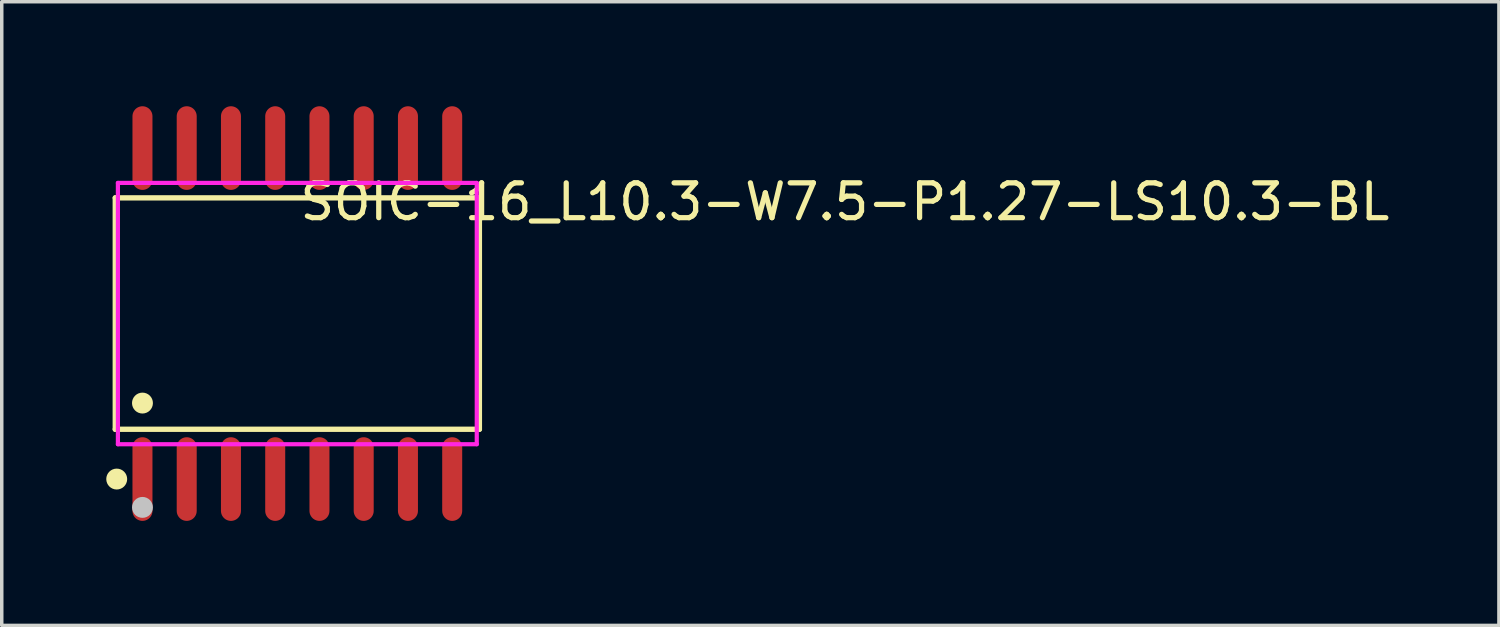
<source format=kicad_pcb>
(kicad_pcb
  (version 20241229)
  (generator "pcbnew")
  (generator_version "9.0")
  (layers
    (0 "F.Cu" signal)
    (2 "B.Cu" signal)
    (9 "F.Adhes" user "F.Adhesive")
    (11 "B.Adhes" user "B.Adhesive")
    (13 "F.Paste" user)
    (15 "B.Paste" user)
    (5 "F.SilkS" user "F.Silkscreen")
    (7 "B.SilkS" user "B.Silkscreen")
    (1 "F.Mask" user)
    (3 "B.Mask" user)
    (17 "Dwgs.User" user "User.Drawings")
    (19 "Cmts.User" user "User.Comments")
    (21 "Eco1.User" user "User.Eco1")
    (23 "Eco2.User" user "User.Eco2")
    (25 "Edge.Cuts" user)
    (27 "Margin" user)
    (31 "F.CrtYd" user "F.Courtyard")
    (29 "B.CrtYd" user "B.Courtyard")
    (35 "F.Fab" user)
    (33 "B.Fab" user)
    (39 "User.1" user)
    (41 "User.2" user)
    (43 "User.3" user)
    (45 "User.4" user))
  (footprint "SOIC-16_L10.3-W7.5-P1.27-LS10.3-BL"
    (layer "F.Cu")
    (at 5.484 5.95)
    (property "Reference" "SOIC-16_L10.3-W7.5-P1.27-LS10.3-BL" (at 0 -3.207 0) (layer "F.SilkS") (effects (font (size 1 1) (thickness 0.15)) (justify left)))
    (attr through_hole)
    (fp_line (start -5.226 -3.321) (end 5.226 -3.321) (stroke (width 0.152) (type solid)) (layer "F.SilkS"))
    (fp_line (start -5.226 3.321) (end -5.226 -3.321) (stroke (width 0.152) (type solid)) (layer "F.SilkS"))
    (fp_line (start 5.226 -3.321) (end 5.226 3.321) (stroke (width 0.152) (type solid)) (layer "F.SilkS"))
    (fp_line (start 5.226 3.321) (end -5.226 3.321) (stroke (width 0.152) (type solid)) (layer "F.SilkS"))
    (fp_circle (center -5.184 4.75) (end -5.034 4.75) (stroke (width 0.3) (type solid)) (fill no) (layer "F.SilkS"))
    (fp_circle (center -4.445 2.569) (end -4.295 2.569) (stroke (width 0.3) (type solid)) (fill no) (layer "F.SilkS"))
    (fp_circle (center -4.445 5.563) (end -4.295 5.563) (stroke (width 0.3) (type solid)) (fill no) (layer "Dwgs.User"))
    (fp_line (start -4.65 -4.338) (end -4.65 -3.74) (stroke (width 0.12) (type solid)) (layer "Eco2.User"))
    (fp_line (start -4.65 -3.74) (end -4.24 -3.74) (stroke (width 0.12) (type solid)) (layer "Eco2.User"))
    (fp_line (start -4.65 3.74) (end -4.24 3.74) (stroke (width 0.12) (type solid)) (layer "Eco2.User"))
    (fp_line (start -4.65 4.338) (end -4.65 3.74) (stroke (width 0.12) (type solid)) (layer "Eco2.User"))
    (fp_line (start -4.24 -4.338) (end -4.65 -4.338) (stroke (width 0.12) (type solid)) (layer "Eco2.User"))
    (fp_line (start -4.24 -3.74) (end -4.24 -4.338) (stroke (width 0.12) (type solid)) (layer "Eco2.User"))
    (fp_line (start -4.24 3.74) (end -4.24 4.338) (stroke (width 0.12) (type solid)) (layer "Eco2.User"))
    (fp_line (start -4.24 4.338) (end -4.65 4.338) (stroke (width 0.12) (type solid)) (layer "Eco2.User"))
    (fp_line (start -3.38 -4.338) (end -3.38 -3.74) (stroke (width 0.12) (type solid)) (layer "Eco2.User"))
    (fp_line (start -3.38 -3.74) (end -2.97 -3.74) (stroke (width 0.12) (type solid)) (layer "Eco2.User"))
    (fp_line (start -3.38 3.74) (end -2.97 3.74) (stroke (width 0.12) (type solid)) (layer "Eco2.User"))
    (fp_line (start -3.38 4.338) (end -3.38 3.74) (stroke (width 0.12) (type solid)) (layer "Eco2.User"))
    (fp_line (start -2.97 -4.338) (end -3.38 -4.338) (stroke (width 0.12) (type solid)) (layer "Eco2.User"))
    (fp_line (start -2.97 -3.74) (end -2.97 -4.338) (stroke (width 0.12) (type solid)) (layer "Eco2.User"))
    (fp_line (start -2.97 3.74) (end -2.97 4.338) (stroke (width 0.12) (type solid)) (layer "Eco2.User"))
    (fp_line (start -2.97 4.338) (end -3.38 4.338) (stroke (width 0.12) (type solid)) (layer "Eco2.User"))
    (fp_line (start -2.11 -4.338) (end -2.11 -3.74) (stroke (width 0.12) (type solid)) (layer "Eco2.User"))
    (fp_line (start -2.11 -3.74) (end -1.7 -3.74) (stroke (width 0.12) (type solid)) (layer "Eco2.User"))
    (fp_line (start -2.11 3.74) (end -1.7 3.74) (stroke (width 0.12) (type solid)) (layer "Eco2.User"))
    (fp_line (start -2.11 4.338) (end -2.11 3.74) (stroke (width 0.12) (type solid)) (layer "Eco2.User"))
    (fp_line (start -1.7 -4.338) (end -2.11 -4.338) (stroke (width 0.12) (type solid)) (layer "Eco2.User"))
    (fp_line (start -1.7 -3.74) (end -1.7 -4.338) (stroke (width 0.12) (type solid)) (layer "Eco2.User"))
    (fp_line (start -1.7 3.74) (end -1.7 4.338) (stroke (width 0.12) (type solid)) (layer "Eco2.User"))
    (fp_line (start -1.7 4.338) (end -2.11 4.338) (stroke (width 0.12) (type solid)) (layer "Eco2.User"))
    (fp_line (start -0.84 -4.338) (end -0.84 -3.74) (stroke (width 0.12) (type solid)) (layer "Eco2.User"))
    (fp_line (start -0.84 -3.74) (end -0.43 -3.74) (stroke (width 0.12) (type solid)) (layer "Eco2.User"))
    (fp_line (start -0.84 3.74) (end -0.43 3.74) (stroke (width 0.12) (type solid)) (layer "Eco2.User"))
    (fp_line (start -0.84 4.338) (end -0.84 3.74) (stroke (width 0.12) (type solid)) (layer "Eco2.User"))
    (fp_line (start -0.43 -4.338) (end -0.84 -4.338) (stroke (width 0.12) (type solid)) (layer "Eco2.User"))
    (fp_line (start -0.43 -3.74) (end -0.43 -4.338) (stroke (width 0.12) (type solid)) (layer "Eco2.User"))
    (fp_line (start -0.43 3.74) (end -0.43 4.338) (stroke (width 0.12) (type solid)) (layer "Eco2.User"))
    (fp_line (start -0.43 4.338) (end -0.84 4.338) (stroke (width 0.12) (type solid)) (layer "Eco2.User"))
    (fp_line (start 0.43 -4.338) (end 0.43 -3.74) (stroke (width 0.12) (type solid)) (layer "Eco2.User"))
    (fp_line (start 0.43 -3.74) (end 0.84 -3.74) (stroke (width 0.12) (type solid)) (layer "Eco2.User"))
    (fp_line (start 0.43 3.74) (end 0.84 3.74) (stroke (width 0.12) (type solid)) (layer "Eco2.User"))
    (fp_line (start 0.43 4.338) (end 0.43 3.74) (stroke (width 0.12) (type solid)) (layer "Eco2.User"))
    (fp_line (start 0.84 -4.338) (end 0.43 -4.338) (stroke (width 0.12) (type solid)) (layer "Eco2.User"))
    (fp_line (start 0.84 -3.74) (end 0.84 -4.338) (stroke (width 0.12) (type solid)) (layer "Eco2.User"))
    (fp_line (start 0.84 3.74) (end 0.84 4.338) (stroke (width 0.12) (type solid)) (layer "Eco2.User"))
    (fp_line (start 0.84 4.338) (end 0.43 4.338) (stroke (width 0.12) (type solid)) (layer "Eco2.User"))
    (fp_line (start 1.7 -4.338) (end 1.7 -3.74) (stroke (width 0.12) (type solid)) (layer "Eco2.User"))
    (fp_line (start 1.7 -3.74) (end 2.11 -3.74) (stroke (width 0.12) (type solid)) (layer "Eco2.User"))
    (fp_line (start 1.7 3.74) (end 2.11 3.74) (stroke (width 0.12) (type solid)) (layer "Eco2.User"))
    (fp_line (start 1.7 4.338) (end 1.7 3.74) (stroke (width 0.12) (type solid)) (layer "Eco2.User"))
    (fp_line (start 2.11 -4.338) (end 1.7 -4.338) (stroke (width 0.12) (type solid)) (layer "Eco2.User"))
    (fp_line (start 2.11 -3.74) (end 2.11 -4.338) (stroke (width 0.12) (type solid)) (layer "Eco2.User"))
    (fp_line (start 2.11 3.74) (end 2.11 4.338) (stroke (width 0.12) (type solid)) (layer "Eco2.User"))
    (fp_line (start 2.11 4.338) (end 1.7 4.338) (stroke (width 0.12) (type solid)) (layer "Eco2.User"))
    (fp_line (start 2.97 -4.338) (end 2.97 -3.74) (stroke (width 0.12) (type solid)) (layer "Eco2.User"))
    (fp_line (start 2.97 -3.74) (end 3.38 -3.74) (stroke (width 0.12) (type solid)) (layer "Eco2.User"))
    (fp_line (start 2.97 3.74) (end 3.38 3.74) (stroke (width 0.12) (type solid)) (layer "Eco2.User"))
    (fp_line (start 2.97 4.338) (end 2.97 3.74) (stroke (width 0.12) (type solid)) (layer "Eco2.User"))
    (fp_line (start 3.38 -4.338) (end 2.97 -4.338) (stroke (width 0.12) (type solid)) (layer "Eco2.User"))
    (fp_line (start 3.38 -3.74) (end 3.38 -4.338) (stroke (width 0.12) (type solid)) (layer "Eco2.User"))
    (fp_line (start 3.38 3.74) (end 3.38 4.338) (stroke (width 0.12) (type solid)) (layer "Eco2.User"))
    (fp_line (start 3.38 4.338) (end 2.97 4.338) (stroke (width 0.12) (type solid)) (layer "Eco2.User"))
    (fp_line (start 4.24 -4.338) (end 4.24 -3.74) (stroke (width 0.12) (type solid)) (layer "Eco2.User"))
    (fp_line (start 4.24 -3.74) (end 4.65 -3.74) (stroke (width 0.12) (type solid)) (layer "Eco2.User"))
    (fp_line (start 4.24 3.74) (end 4.65 3.74) (stroke (width 0.12) (type solid)) (layer "Eco2.User"))
    (fp_line (start 4.24 4.338) (end 4.24 3.74) (stroke (width 0.12) (type solid)) (layer "Eco2.User"))
    (fp_line (start 4.65 -4.338) (end 4.24 -4.338) (stroke (width 0.12) (type solid)) (layer "Eco2.User"))
    (fp_line (start 4.65 -3.74) (end 4.65 -4.338) (stroke (width 0.12) (type solid)) (layer "Eco2.User"))
    (fp_line (start 4.65 3.74) (end 4.65 4.338) (stroke (width 0.12) (type solid)) (layer "Eco2.User"))
    (fp_line (start 4.65 4.338) (end 4.24 4.338) (stroke (width 0.12) (type solid)) (layer "Eco2.User"))
    (fp_circle (center -5.15 5.163) (end -5.12 5.163) (stroke (width 0.06) (type solid)) (fill no) (layer "Eco2.User"))
    (fp_poly (pts (xy -4.65 -5.162) (xy -4.65 -4.327) (xy -4.24 -4.327) (xy -4.24 -5.162)) (stroke (width 0.12) (type solid)) (fill no) (layer "Eco2.User"))
    (fp_poly (pts (xy -4.65 5.162) (xy -4.65 4.327) (xy -4.24 4.327) (xy -4.24 5.162)) (stroke (width 0.12) (type solid)) (fill no) (layer "Eco2.User"))
    (fp_poly (pts (xy -3.38 -5.162) (xy -3.38 -4.327) (xy -2.97 -4.327) (xy -2.97 -5.162)) (stroke (width 0.12) (type solid)) (fill no) (layer "Eco2.User"))
    (fp_poly (pts (xy -3.38 5.162) (xy -3.38 4.327) (xy -2.97 4.327) (xy -2.97 5.162)) (stroke (width 0.12) (type solid)) (fill no) (layer "Eco2.User"))
    (fp_poly (pts (xy -2.11 -5.162) (xy -2.11 -4.327) (xy -1.7 -4.327) (xy -1.7 -5.162)) (stroke (width 0.12) (type solid)) (fill no) (layer "Eco2.User"))
    (fp_poly (pts (xy -2.11 5.162) (xy -2.11 4.327) (xy -1.7 4.327) (xy -1.7 5.162)) (stroke (width 0.12) (type solid)) (fill no) (layer "Eco2.User"))
    (fp_poly (pts (xy -0.84 -5.162) (xy -0.84 -4.327) (xy -0.43 -4.327) (xy -0.43 -5.162)) (stroke (width 0.12) (type solid)) (fill no) (layer "Eco2.User"))
    (fp_poly (pts (xy -0.84 5.162) (xy -0.84 4.327) (xy -0.43 4.327) (xy -0.43 5.162)) (stroke (width 0.12) (type solid)) (fill no) (layer "Eco2.User"))
    (fp_poly (pts (xy 0.43 -5.162) (xy 0.43 -4.327) (xy 0.84 -4.327) (xy 0.84 -5.162)) (stroke (width 0.12) (type solid)) (fill no) (layer "Eco2.User"))
    (fp_poly (pts (xy 0.43 5.162) (xy 0.43 4.327) (xy 0.84 4.327) (xy 0.84 5.162)) (stroke (width 0.12) (type solid)) (fill no) (layer "Eco2.User"))
    (fp_poly (pts (xy 1.7 -5.162) (xy 1.7 -4.327) (xy 2.11 -4.327) (xy 2.11 -5.162)) (stroke (width 0.12) (type solid)) (fill no) (layer "Eco2.User"))
    (fp_poly (pts (xy 1.7 5.162) (xy 1.7 4.327) (xy 2.11 4.327) (xy 2.11 5.162)) (stroke (width 0.12) (type solid)) (fill no) (layer "Eco2.User"))
    (fp_poly (pts (xy 2.97 -5.162) (xy 2.97 -4.327) (xy 3.38 -4.327) (xy 3.38 -5.162)) (stroke (width 0.12) (type solid)) (fill no) (layer "Eco2.User"))
    (fp_poly (pts (xy 2.97 5.162) (xy 2.97 4.327) (xy 3.38 4.327) (xy 3.38 5.162)) (stroke (width 0.12) (type solid)) (fill no) (layer "Eco2.User"))
    (fp_poly (pts (xy 4.24 -5.162) (xy 4.24 -4.327) (xy 4.65 -4.327) (xy 4.65 -5.162)) (stroke (width 0.12) (type solid)) (fill no) (layer "Eco2.User"))
    (fp_poly (pts (xy 4.24 5.162) (xy 4.24 4.327) (xy 4.65 4.327) (xy 4.65 5.162)) (stroke (width 0.12) (type solid)) (fill no) (layer "Eco2.User"))
    (fp_line (start -5.15 -3.75) (end 5.15 -3.75) (stroke (width 0.12) (type solid)) (layer "F.CrtYd"))
    (fp_line (start -5.15 3.75) (end -5.15 -3.75) (stroke (width 0.12) (type solid)) (layer "F.CrtYd"))
    (fp_line (start 5.15 -3.75) (end 5.15 3.75) (stroke (width 0.12) (type solid)) (layer "F.CrtYd"))
    (fp_line (start 5.15 3.75) (end -5.15 3.75) (stroke (width 0.12) (type solid)) (layer "F.CrtYd"))
    (pad "1" smd oval (at -4.445 4.75) (size 0.574 2.401) (layers "F.Cu" "F.Mask" "F.Paste"))
    (pad "2" smd oval (at -3.175 4.75) (size 0.574 2.401) (layers "F.Cu" "F.Mask" "F.Paste"))
    (pad "3" smd oval (at -1.905 4.75) (size 0.574 2.401) (layers "F.Cu" "F.Mask" "F.Paste"))
    (pad "4" smd oval (at -0.635 4.75) (size 0.574 2.401) (layers "F.Cu" "F.Mask" "F.Paste"))
    (pad "5" smd oval (at 0.635 4.75) (size 0.574 2.401) (layers "F.Cu" "F.Mask" "F.Paste"))
    (pad "6" smd oval (at 1.905 4.75) (size 0.574 2.401) (layers "F.Cu" "F.Mask" "F.Paste"))
    (pad "7" smd oval (at 3.175 4.75) (size 0.574 2.401) (layers "F.Cu" "F.Mask" "F.Paste"))
    (pad "8" smd oval (at 4.445 4.75) (size 0.574 2.401) (layers "F.Cu" "F.Mask" "F.Paste"))
    (pad "9" smd oval (at 4.445 -4.75) (size 0.574 2.401) (layers "F.Cu" "F.Mask" "F.Paste"))
    (pad "10" smd oval (at 3.175 -4.75) (size 0.574 2.401) (layers "F.Cu" "F.Mask" "F.Paste"))
    (pad "11" smd oval (at 1.905 -4.75) (size 0.574 2.401) (layers "F.Cu" "F.Mask" "F.Paste"))
    (pad "12" smd oval (at 0.635 -4.75) (size 0.574 2.401) (layers "F.Cu" "F.Mask" "F.Paste"))
    (pad "13" smd oval (at -0.635 -4.75) (size 0.574 2.401) (layers "F.Cu" "F.Mask" "F.Paste"))
    (pad "14" smd oval (at -1.905 -4.75) (size 0.574 2.401) (layers "F.Cu" "F.Mask" "F.Paste"))
    (pad "15" smd oval (at -3.175 -4.75) (size 0.574 2.401) (layers "F.Cu" "F.Mask" "F.Paste"))
    (pad "16" smd oval (at -4.445 -4.75) (size 0.574 2.401) (layers "F.Cu" "F.Mask" "F.Paste")))
  (gr_rect
    (start -3 -3)
    (end 39.972 14.901)
    (stroke (width 0.1) (type default))
    (fill no)
    (layer "Edge.Cuts")))
</source>
